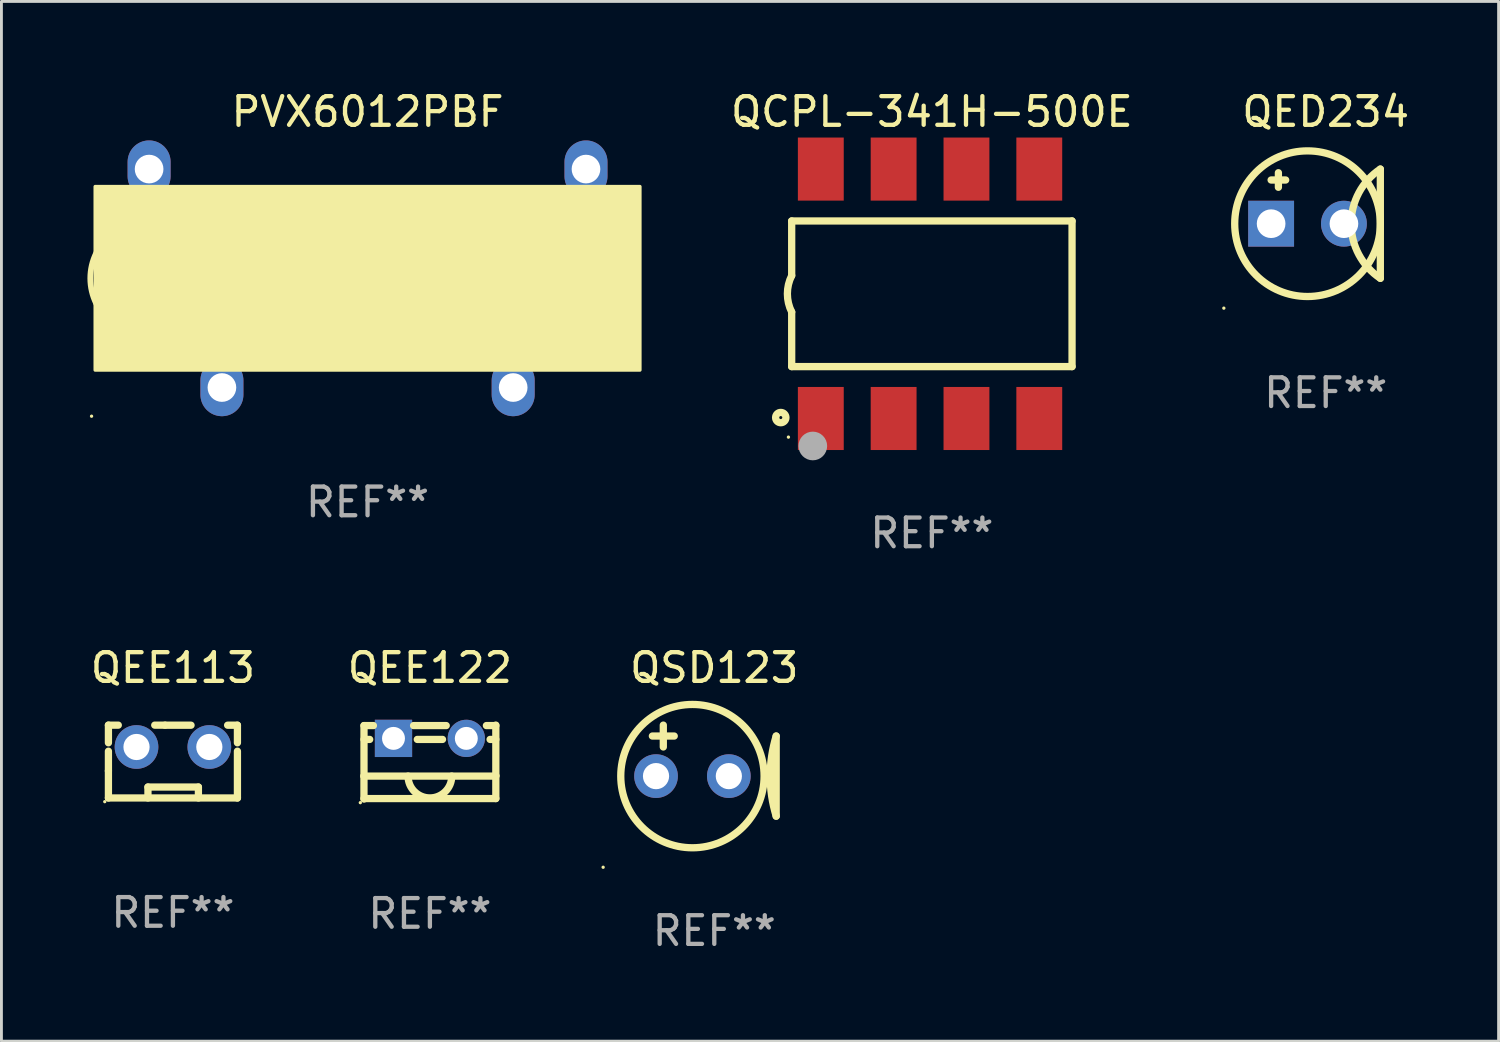
<source format=kicad_pcb>
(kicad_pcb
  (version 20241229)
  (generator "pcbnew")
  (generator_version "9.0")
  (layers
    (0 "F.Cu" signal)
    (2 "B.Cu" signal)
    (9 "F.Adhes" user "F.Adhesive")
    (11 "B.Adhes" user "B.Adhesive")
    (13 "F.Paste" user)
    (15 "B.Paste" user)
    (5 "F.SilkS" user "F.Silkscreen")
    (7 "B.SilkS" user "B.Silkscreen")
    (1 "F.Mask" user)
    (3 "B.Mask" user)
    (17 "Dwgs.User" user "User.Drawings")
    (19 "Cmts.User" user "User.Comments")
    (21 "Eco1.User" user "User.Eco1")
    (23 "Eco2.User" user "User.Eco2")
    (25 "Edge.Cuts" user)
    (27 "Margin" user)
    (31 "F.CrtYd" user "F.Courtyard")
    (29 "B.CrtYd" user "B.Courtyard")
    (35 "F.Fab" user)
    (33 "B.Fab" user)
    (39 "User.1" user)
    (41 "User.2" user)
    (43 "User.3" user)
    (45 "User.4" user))
  (footprint "QEE113"
    (layer "F.Cu")
    (at 2.982 23.516)
    (property "Reference" "QEE113" (at 0 -3.271 0) (layer "F.SilkS") (effects (font (size 1 1) (thickness 0.15))))
    (attr through_hole)
    (fp_line (start -2.25 -1.271) (end -1.906 -1.271) (stroke (width 0.254) (type solid)) (layer "F.SilkS"))
    (fp_line (start -2.25 -0.656) (end -2.25 -1.271) (stroke (width 0.254) (type solid)) (layer "F.SilkS"))
    (fp_line (start -2.25 0.324) (end -2.25 -0.362) (stroke (width 0.254) (type solid)) (layer "F.SilkS"))
    (fp_line (start -2.25 0.324) (end -2.25 1.269) (stroke (width 0.254) (type solid)) (layer "F.SilkS"))
    (fp_line (start -2.25 1.269) (end 2.25 1.269) (stroke (width 0.254) (type solid)) (layer "F.SilkS"))
    (fp_line (start -0.871 0.888) (end 0.889 0.888) (stroke (width 0.254) (type solid)) (layer "F.SilkS"))
    (fp_line (start -0.871 1.269) (end -0.871 0.888) (stroke (width 0.254) (type solid)) (layer "F.SilkS"))
    (fp_line (start -0.634 -1.271) (end -0.277 -1.271) (stroke (width 0.254) (type solid)) (layer "F.SilkS"))
    (fp_line (start 0.632 -1.269) (end -0.277 -1.269) (stroke (width 0.254) (type solid)) (layer "F.SilkS"))
    (fp_line (start 0.889 0.888) (end 0.889 1.269) (stroke (width 0.254) (type solid)) (layer "F.SilkS"))
    (fp_line (start 2.25 -1.269) (end 1.908 -1.269) (stroke (width 0.254) (type solid)) (layer "F.SilkS"))
    (fp_line (start 2.25 -1.269) (end 2.25 -0.656) (stroke (width 0.254) (type solid)) (layer "F.SilkS"))
    (fp_line (start 2.25 -0.362) (end 2.25 1.271) (stroke (width 0.254) (type solid)) (layer "F.SilkS"))
    (fp_circle (center -2.377 1.398) (end -2.347 1.398) (stroke (width 0.06) (type solid)) (fill no) (layer "F.SilkS"))
    (fp_text user "REF**" (at 0 5.271 0) (layer "F.Fab") (effects (font (size 1 1) (thickness 0.15))))
    (pad "1" thru_hole circle (at -1.27 -0.509) (size 1.524 1.524) (drill 0.914) (layers "*.Cu" "*.Mask"))
    (pad "2" thru_hole circle (at 1.27 -0.509) (size 1.524 1.524) (drill 0.914) (layers "*.Cu" "*.Mask")))
  (footprint "QED234"
    (layer "F.Cu")
    (at 43.195 4.753)
    (property "Reference" "QED234" (at 0 -3.905 0) (layer "F.SilkS") (effects (font (size 1 1) (thickness 0.15))))
    (attr through_hole)
    (fp_line (start -1.905 -1.524) (end -1.397 -1.524) (stroke (width 0.254) (type solid)) (layer "F.SilkS"))
    (fp_line (start -1.651 -1.778) (end -1.651 -1.27) (stroke (width 0.254) (type solid)) (layer "F.SilkS"))
    (fp_line (start 1.905 1.905) (end 1.905 -1.905) (stroke (width 0.254) (type solid)) (layer "F.SilkS"))
    (fp_arc (start 1.904999 1.905) (mid 0.885477 0) (end 1.904999 -1.905) (stroke (width 0.254001) (type solid)) (layer "F.SilkS"))
    (fp_circle (center -3.554 2.946) (end -3.524 2.946) (stroke (width 0.06) (type solid)) (fill no) (layer "F.SilkS"))
    (fp_circle (center -0.635 0) (end 1.905 0) (stroke (width 0.254) (type solid)) (fill no) (layer "F.SilkS"))
    (fp_text user "REF**" (at 0 5.905 0) (layer "F.Fab") (effects (font (size 1 1) (thickness 0.15))))
    (pad "1" thru_hole rect (at -1.905 0) (size 1.6 1.6) (drill 1) (layers "*.Cu" "*.Mask"))
    (pad "2" thru_hole circle (at 0.635 0) (size 1.6 1.6) (drill 1) (layers "*.Cu" "*.Mask")))
  (footprint "QSD123"
    (layer "F.Cu")
    (at 21.866 23.832)
    (property "Reference" "QSD123" (at 0 -3.588 0) (layer "F.SilkS") (effects (font (size 1 1) (thickness 0.15))))
    (attr through_hole)
    (fp_line (start -2.159 -1.207) (end -1.397 -1.207) (stroke (width 0.254) (type solid)) (layer "F.SilkS"))
    (fp_line (start -1.778 -0.826) (end -1.778 -1.588) (stroke (width 0.254) (type solid)) (layer "F.SilkS"))
    (fp_line (start 2.159 -1.207) (end 2.159 1.588) (stroke (width 0.254) (type solid)) (layer "F.SilkS"))
    (fp_arc (start 2.159005 1.587504) (mid 1.950538 0.190501) (end 2.159004 -1.206502) (stroke (width 0.254001) (type solid)) (layer "F.SilkS"))
    (fp_circle (center -3.877 3.37) (end -3.847 3.37) (stroke (width 0.06) (type solid)) (fill no) (layer "F.SilkS"))
    (fp_circle (center -0.762 0.191) (end 1.738 0.191) (stroke (width 0.254) (type solid)) (fill no) (layer "F.SilkS"))
    (fp_text user "REF**" (at 0 5.588 0) (layer "F.Fab") (effects (font (size 1 1) (thickness 0.15))))
    (pad "1" thru_hole circle (at -2.032 0.191) (size 1.524 1.524) (drill 0.914) (layers "*.Cu" "*.Mask"))
    (pad "2" thru_hole circle (at 0.508 0.191) (size 1.524 1.524) (drill 0.914) (layers "*.Cu" "*.Mask")))
  (footprint "QEE122"
    (layer "F.Cu")
    (at 11.946 23.533)
    (property "Reference" "QEE122" (at 0 -3.289 0) (layer "F.SilkS") (effects (font (size 1 1) (thickness 0.15))))
    (attr through_hole)
    (fp_line (start -2.3 0.489) (end -2.3 1.289) (stroke (width 0.254) (type solid)) (layer "F.SilkS"))
    (fp_line (start -2.299 -1.273) (end -1.971 -1.273) (stroke (width 0.254) (type solid)) (layer "F.SilkS"))
    (fp_line (start -2.299 0.489) (end -2.299 -1.273) (stroke (width 0.254) (type solid)) (layer "F.SilkS"))
    (fp_line (start -2.1 -0.79) (end -2.299 -0.79) (stroke (width 0.254) (type solid)) (layer "F.SilkS"))
    (fp_line (start -0.569 -1.273) (end 0.569 -1.273) (stroke (width 0.254) (type solid)) (layer "F.SilkS"))
    (fp_line (start 0.44 -0.79) (end -0.44 -0.79) (stroke (width 0.254) (type solid)) (layer "F.SilkS"))
    (fp_line (start 1.971 -1.273) (end 2.3 -1.273) (stroke (width 0.254) (type solid)) (layer "F.SilkS"))
    (fp_line (start 2.3 -1.289) (end 2.3 0.473) (stroke (width 0.254) (type solid)) (layer "F.SilkS"))
    (fp_line (start 2.3 -0.79) (end 2.1 -0.79) (stroke (width 0.254) (type solid)) (layer "F.SilkS"))
    (fp_line (start 2.3 0.473) (end 2.3 1.273) (stroke (width 0.254) (type solid)) (layer "F.SilkS"))
    (fp_line (start 2.3 0.489) (end -2.3 0.489) (stroke (width 0.254) (type solid)) (layer "F.SilkS"))
    (fp_line (start 2.3 1.273) (end -2.3 1.273) (stroke (width 0.254) (type solid)) (layer "F.SilkS"))
    (fp_arc (start 0.762002 0.489332) (mid 0 1.251334) (end -0.762002 0.489332) (stroke (width 0.254001) (type solid)) (layer "F.SilkS"))
    (fp_circle (center -2.427 1.416) (end -2.397 1.416) (stroke (width 0.06) (type solid)) (fill no) (layer "F.SilkS"))
    (fp_text user "REF**" (at 0 5.289 0) (layer "F.Fab") (effects (font (size 1 1) (thickness 0.15))))
    (pad "1" thru_hole rect (at -1.27 -0.826) (size 1.3 1.3) (drill 0.8) (layers "*.Cu" "*.Mask"))
    (pad "2" thru_hole circle (at 1.27 -0.826) (size 1.3 1.3) (drill 0.8) (layers "*.Cu" "*.Mask")))
  (footprint "QCPL-341H-500E"
    (layer "F.Cu")
    (at 29.456 7.198)
    (property "Reference" "QCPL-341H-500E" (at 0 -6.35 0) (layer "F.SilkS") (effects (font (size 1 1) (thickness 0.15))))
    (attr through_hole)
    (fp_line (start -4.89 -2.54) (end 4.89 -2.54) (stroke (width 0.254) (type solid)) (layer "F.SilkS"))
    (fp_line (start -4.89 -0.635) (end -4.89 -2.54) (stroke (width 0.254) (type solid)) (layer "F.SilkS"))
    (fp_line (start -4.89 2.54) (end -4.89 0.635) (stroke (width 0.254) (type solid)) (layer "F.SilkS"))
    (fp_line (start 4.89 -2.54) (end 4.89 2.54) (stroke (width 0.254) (type solid)) (layer "F.SilkS"))
    (fp_line (start 4.89 2.54) (end -4.89 2.54) (stroke (width 0.254) (type solid)) (layer "F.SilkS"))
    (fp_arc (start -4.890119 0.635129) (mid -5.039815 0.000056) (end -4.88951 -0.634874) (stroke (width 0.254001) (type solid)) (layer "F.SilkS"))
    (fp_circle (center -5.271 4.318) (end -5.091 4.318) (stroke (width 0.254) (type solid)) (fill no) (layer "F.SilkS"))
    (fp_circle (center -5.004 5) (end -4.974 5) (stroke (width 0.06) (type solid)) (fill no) (layer "F.SilkS"))
    (fp_circle (center -4.153 5.309) (end -3.903 5.309) (stroke (width 0.5) (type solid)) (fill no) (layer "F.Fab"))
    (fp_text user "REF**" (at 0 8.35 0) (layer "F.Fab") (effects (font (size 1 1) (thickness 0.15))))
    (pad "1" smd rect (at -3.874 4.35) (size 1.6 2.2) (layers "F.Cu" "F.Mask" "F.Paste"))
    (pad "2" smd rect (at -1.334 4.35) (size 1.6 2.2) (layers "F.Cu" "F.Mask" "F.Paste"))
    (pad "3" smd rect (at 1.207 4.35) (size 1.6 2.2) (layers "F.Cu" "F.Mask" "F.Paste"))
    (pad "4" smd rect (at 3.747 4.35) (size 1.6 2.2) (layers "F.Cu" "F.Mask" "F.Paste"))
    (pad "5" smd rect (at 3.747 -4.35) (size 1.6 2.2) (layers "F.Cu" "F.Mask" "F.Paste"))
    (pad "6" smd rect (at 1.207 -4.35) (size 1.6 2.2) (layers "F.Cu" "F.Mask" "F.Paste"))
    (pad "7" smd rect (at -1.334 -4.35) (size 1.6 2.2) (layers "F.Cu" "F.Mask" "F.Paste"))
    (pad "8" smd rect (at -3.874 -4.35) (size 1.6 2.2) (layers "F.Cu" "F.Mask" "F.Paste")))
  (footprint "PVX6012PBF"
    (layer "F.Cu")
    (at 9.771 6.658)
    (property "Reference" "PVX6012PBF" (at 0 -5.81 0) (layer "F.SilkS") (effects (font (size 1 1) (thickness 0.15))))
    (attr through_hole)
    (fp_arc (start -9.461239 0.888977) (mid -9.671243 0.000023) (end -9.461646 -0.889027) (stroke (width 0.2) (type solid)) (layer "F.SilkS"))
    (fp_circle (center -9.627 4.81) (end -9.597 4.81) (stroke (width 0.06) (type solid)) (fill no) (layer "F.SilkS"))
    (fp_poly (pts (xy -9.5 -3.2) (xy 9.5 -3.2) (xy 9.5 3.2) (xy -9.5 3.2)) (stroke (width 0.12) (type solid)) (fill yes) (layer "F.SilkS"))
    (fp_text user "REF**" (at 0 7.81 0) (layer "F.Fab") (effects (font (size 1 1) (thickness 0.15))))
    (pad "2" thru_hole oval (at -5.08 3.81 90) (size 2 1.5) (drill 1) (layers "*.Cu" "*.Mask"))
    (pad "6" thru_hole oval (at 5.08 3.81 90) (size 2 1.5) (drill 1) (layers "*.Cu" "*.Mask"))
    (pad "8" thru_hole oval (at 7.62 -3.81 90) (size 2 1.5) (drill 1) (layers "*.Cu" "*.Mask"))
    (pad "14" thru_hole oval (at -7.62 -3.81 90) (size 2 1.5) (drill 1) (layers "*.Cu" "*.Mask")))
  (gr_rect
    (start -3 -3)
    (end 49.225 33.268)
    (stroke (width 0.1) (type default))
    (fill no)
    (layer "Edge.Cuts")))
</source>
